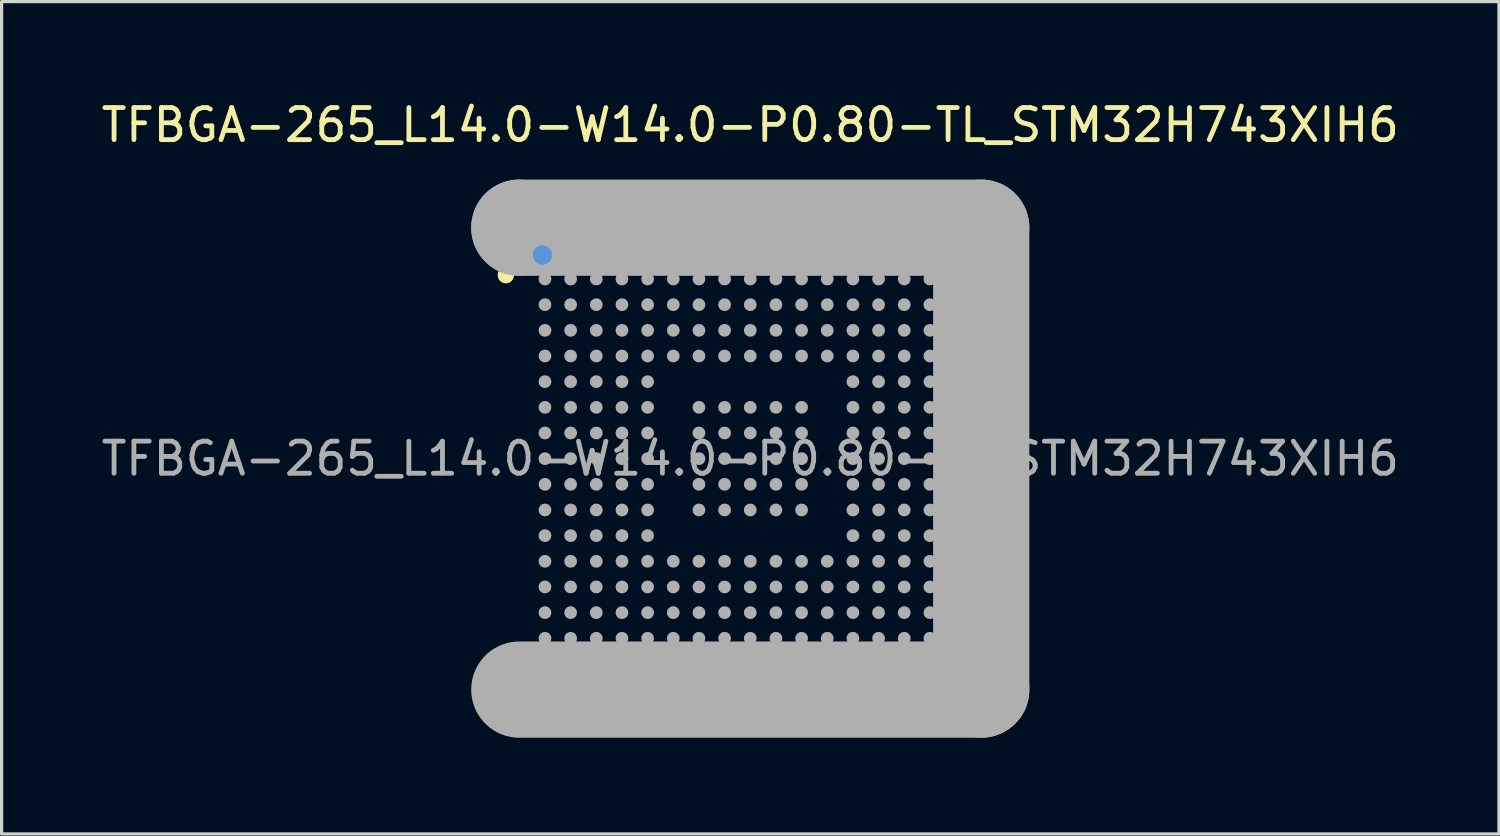
<source format=kicad_pcb>
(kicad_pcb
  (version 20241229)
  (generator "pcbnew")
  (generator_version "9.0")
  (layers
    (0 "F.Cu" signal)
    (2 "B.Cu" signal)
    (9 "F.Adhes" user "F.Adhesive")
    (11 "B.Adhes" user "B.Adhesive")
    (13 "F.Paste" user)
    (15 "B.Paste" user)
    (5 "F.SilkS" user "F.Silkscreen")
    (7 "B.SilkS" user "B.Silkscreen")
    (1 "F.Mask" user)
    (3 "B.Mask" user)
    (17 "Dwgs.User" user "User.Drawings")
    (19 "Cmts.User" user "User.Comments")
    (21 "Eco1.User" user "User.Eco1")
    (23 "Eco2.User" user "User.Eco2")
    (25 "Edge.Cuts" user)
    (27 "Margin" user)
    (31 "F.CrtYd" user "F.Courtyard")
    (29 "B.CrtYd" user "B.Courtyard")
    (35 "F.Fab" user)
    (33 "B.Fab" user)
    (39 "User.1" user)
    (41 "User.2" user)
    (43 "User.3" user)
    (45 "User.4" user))
  (footprint "TFBGA-265_L14.0-W14.0-P0.80-TL_STM32H743XIH6"
    (layer "F.Cu")
    (at 20.339 11.248)
    (property "Reference" "TFBGA-265_L14.0-W14.0-P0.80-TL_STM32H743XIH6" (at 0 -10.4 0) (layer "F.SilkS") (effects (font (size 1 1) (thickness 0.15))))
    (attr smd)
    (fp_line (start -7.62 -7.62) (end -7.62 -6.22) (stroke (width 0.25) (type solid)) (layer "F.SilkS"))
    (fp_line (start -6.47 -7.62) (end -7.62 -7.62) (stroke (width 0.25) (type solid)) (layer "F.SilkS"))
    (fp_line (start -6.47 -7.62) (end -6.22 -7.62) (stroke (width 0.25) (type solid)) (layer "F.SilkS"))
    (fp_circle (center -7.62 -5.72) (end -7.49 -5.72) (stroke (width 0.25) (type solid)) (fill no) (layer "F.SilkS"))
    (fp_circle (center -6.86 -6.86) (end -6.68 -6.86) (stroke (width 0.25) (type solid)) (fill no) (layer "F.SilkS"))
    (fp_circle (center -6.48 -6.35) (end -6.33 -6.35) (stroke (width 0.3) (type solid)) (fill no) (layer "Cmts.User"))
    (fp_line (start -7.2 -7.2) (end -7.2 -7.2) (stroke (width 3) (type solid)) (layer "F.Fab"))
    (fp_line (start -7.2 -7.2) (end 7.2 -7.2) (stroke (width 3) (type solid)) (layer "F.Fab"))
    (fp_line (start 7.2 -7.2) (end 7.2 7.2) (stroke (width 3) (type solid)) (layer "F.Fab"))
    (fp_line (start 7.2 7.2) (end -7.2 7.2) (stroke (width 3) (type solid)) (layer "F.Fab"))
    (fp_circle (center -7 -7) (end -6.97 -7) (stroke (width 0.06) (type solid)) (fill no) (layer "F.Fab"))
    (fp_circle (center -6.4 -6.4) (end -6.3 -6.4) (stroke (width 0.2) (type solid)) (fill no) (layer "F.Fab"))
    (fp_circle (center -6.4 -5.6) (end -6.3 -5.6) (stroke (width 0.2) (type solid)) (fill no) (layer "F.Fab"))
    (fp_circle (center -6.4 -4.8) (end -6.3 -4.8) (stroke (width 0.2) (type solid)) (fill no) (layer "F.Fab"))
    (fp_circle (center -6.4 -4) (end -6.3 -4) (stroke (width 0.2) (type solid)) (fill no) (layer "F.Fab"))
    (fp_circle (center -6.4 -3.2) (end -6.3 -3.2) (stroke (width 0.2) (type solid)) (fill no) (layer "F.Fab"))
    (fp_circle (center -6.4 -2.4) (end -6.3 -2.4) (stroke (width 0.2) (type solid)) (fill no) (layer "F.Fab"))
    (fp_circle (center -6.4 -1.6) (end -6.3 -1.6) (stroke (width 0.2) (type solid)) (fill no) (layer "F.Fab"))
    (fp_circle (center -6.4 -0.8) (end -6.3 -0.8) (stroke (width 0.2) (type solid)) (fill no) (layer "F.Fab"))
    (fp_circle (center -6.4 0) (end -6.3 0) (stroke (width 0.2) (type solid)) (fill no) (layer "F.Fab"))
    (fp_circle (center -6.4 0.8) (end -6.3 0.8) (stroke (width 0.2) (type solid)) (fill no) (layer "F.Fab"))
    (fp_circle (center -6.4 1.6) (end -6.3 1.6) (stroke (width 0.2) (type solid)) (fill no) (layer "F.Fab"))
    (fp_circle (center -6.4 2.4) (end -6.3 2.4) (stroke (width 0.2) (type solid)) (fill no) (layer "F.Fab"))
    (fp_circle (center -6.4 3.2) (end -6.3 3.2) (stroke (width 0.2) (type solid)) (fill no) (layer "F.Fab"))
    (fp_circle (center -6.4 4) (end -6.3 4) (stroke (width 0.2) (type solid)) (fill no) (layer "F.Fab"))
    (fp_circle (center -6.4 4.8) (end -6.3 4.8) (stroke (width 0.2) (type solid)) (fill no) (layer "F.Fab"))
    (fp_circle (center -6.4 5.6) (end -6.3 5.6) (stroke (width 0.2) (type solid)) (fill no) (layer "F.Fab"))
    (fp_circle (center -6.4 6.4) (end -6.3 6.4) (stroke (width 0.2) (type solid)) (fill no) (layer "F.Fab"))
    (fp_circle (center -5.6 -6.4) (end -5.5 -6.4) (stroke (width 0.2) (type solid)) (fill no) (layer "F.Fab"))
    (fp_circle (center -5.6 -5.6) (end -5.5 -5.6) (stroke (width 0.2) (type solid)) (fill no) (layer "F.Fab"))
    (fp_circle (center -5.6 -4.8) (end -5.5 -4.8) (stroke (width 0.2) (type solid)) (fill no) (layer "F.Fab"))
    (fp_circle (center -5.6 -4) (end -5.5 -4) (stroke (width 0.2) (type solid)) (fill no) (layer "F.Fab"))
    (fp_circle (center -5.6 -3.2) (end -5.5 -3.2) (stroke (width 0.2) (type solid)) (fill no) (layer "F.Fab"))
    (fp_circle (center -5.6 -2.4) (end -5.5 -2.4) (stroke (width 0.2) (type solid)) (fill no) (layer "F.Fab"))
    (fp_circle (center -5.6 -1.6) (end -5.5 -1.6) (stroke (width 0.2) (type solid)) (fill no) (layer "F.Fab"))
    (fp_circle (center -5.6 -0.8) (end -5.5 -0.8) (stroke (width 0.2) (type solid)) (fill no) (layer "F.Fab"))
    (fp_circle (center -5.6 0) (end -5.5 0) (stroke (width 0.2) (type solid)) (fill no) (layer "F.Fab"))
    (fp_circle (center -5.6 0.8) (end -5.5 0.8) (stroke (width 0.2) (type solid)) (fill no) (layer "F.Fab"))
    (fp_circle (center -5.6 1.6) (end -5.5 1.6) (stroke (width 0.2) (type solid)) (fill no) (layer "F.Fab"))
    (fp_circle (center -5.6 2.4) (end -5.5 2.4) (stroke (width 0.2) (type solid)) (fill no) (layer "F.Fab"))
    (fp_circle (center -5.6 3.2) (end -5.5 3.2) (stroke (width 0.2) (type solid)) (fill no) (layer "F.Fab"))
    (fp_circle (center -5.6 4) (end -5.5 4) (stroke (width 0.2) (type solid)) (fill no) (layer "F.Fab"))
    (fp_circle (center -5.6 4.8) (end -5.5 4.8) (stroke (width 0.2) (type solid)) (fill no) (layer "F.Fab"))
    (fp_circle (center -5.6 5.6) (end -5.5 5.6) (stroke (width 0.2) (type solid)) (fill no) (layer "F.Fab"))
    (fp_circle (center -5.6 6.4) (end -5.5 6.4) (stroke (width 0.2) (type solid)) (fill no) (layer "F.Fab"))
    (fp_circle (center -4.8 -6.4) (end -4.7 -6.4) (stroke (width 0.2) (type solid)) (fill no) (layer "F.Fab"))
    (fp_circle (center -4.8 -5.6) (end -4.7 -5.6) (stroke (width 0.2) (type solid)) (fill no) (layer "F.Fab"))
    (fp_circle (center -4.8 -4.8) (end -4.7 -4.8) (stroke (width 0.2) (type solid)) (fill no) (layer "F.Fab"))
    (fp_circle (center -4.8 -4) (end -4.7 -4) (stroke (width 0.2) (type solid)) (fill no) (layer "F.Fab"))
    (fp_circle (center -4.8 -3.2) (end -4.7 -3.2) (stroke (width 0.2) (type solid)) (fill no) (layer "F.Fab"))
    (fp_circle (center -4.8 -2.4) (end -4.7 -2.4) (stroke (width 0.2) (type solid)) (fill no) (layer "F.Fab"))
    (fp_circle (center -4.8 -1.6) (end -4.7 -1.6) (stroke (width 0.2) (type solid)) (fill no) (layer "F.Fab"))
    (fp_circle (center -4.8 -0.8) (end -4.7 -0.8) (stroke (width 0.2) (type solid)) (fill no) (layer "F.Fab"))
    (fp_circle (center -4.8 0) (end -4.7 0) (stroke (width 0.2) (type solid)) (fill no) (layer "F.Fab"))
    (fp_circle (center -4.8 0.8) (end -4.7 0.8) (stroke (width 0.2) (type solid)) (fill no) (layer "F.Fab"))
    (fp_circle (center -4.8 1.6) (end -4.7 1.6) (stroke (width 0.2) (type solid)) (fill no) (layer "F.Fab"))
    (fp_circle (center -4.8 2.4) (end -4.7 2.4) (stroke (width 0.2) (type solid)) (fill no) (layer "F.Fab"))
    (fp_circle (center -4.8 3.2) (end -4.7 3.2) (stroke (width 0.2) (type solid)) (fill no) (layer "F.Fab"))
    (fp_circle (center -4.8 4) (end -4.7 4) (stroke (width 0.2) (type solid)) (fill no) (layer "F.Fab"))
    (fp_circle (center -4.8 4.8) (end -4.7 4.8) (stroke (width 0.2) (type solid)) (fill no) (layer "F.Fab"))
    (fp_circle (center -4.8 5.6) (end -4.7 5.6) (stroke (width 0.2) (type solid)) (fill no) (layer "F.Fab"))
    (fp_circle (center -4.8 6.4) (end -4.7 6.4) (stroke (width 0.2) (type solid)) (fill no) (layer "F.Fab"))
    (fp_circle (center -4 -6.4) (end -3.9 -6.4) (stroke (width 0.2) (type solid)) (fill no) (layer "F.Fab"))
    (fp_circle (center -4 -5.6) (end -3.9 -5.6) (stroke (width 0.2) (type solid)) (fill no) (layer "F.Fab"))
    (fp_circle (center -4 -4.8) (end -3.9 -4.8) (stroke (width 0.2) (type solid)) (fill no) (layer "F.Fab"))
    (fp_circle (center -4 -4) (end -3.9 -4) (stroke (width 0.2) (type solid)) (fill no) (layer "F.Fab"))
    (fp_circle (center -4 -3.2) (end -3.9 -3.2) (stroke (width 0.2) (type solid)) (fill no) (layer "F.Fab"))
    (fp_circle (center -4 -2.4) (end -3.9 -2.4) (stroke (width 0.2) (type solid)) (fill no) (layer "F.Fab"))
    (fp_circle (center -4 -1.6) (end -3.9 -1.6) (stroke (width 0.2) (type solid)) (fill no) (layer "F.Fab"))
    (fp_circle (center -4 -0.8) (end -3.9 -0.8) (stroke (width 0.2) (type solid)) (fill no) (layer "F.Fab"))
    (fp_circle (center -4 0) (end -3.9 0) (stroke (width 0.2) (type solid)) (fill no) (layer "F.Fab"))
    (fp_circle (center -4 0.8) (end -3.9 0.8) (stroke (width 0.2) (type solid)) (fill no) (layer "F.Fab"))
    (fp_circle (center -4 1.6) (end -3.9 1.6) (stroke (width 0.2) (type solid)) (fill no) (layer "F.Fab"))
    (fp_circle (center -4 2.4) (end -3.9 2.4) (stroke (width 0.2) (type solid)) (fill no) (layer "F.Fab"))
    (fp_circle (center -4 3.2) (end -3.9 3.2) (stroke (width 0.2) (type solid)) (fill no) (layer "F.Fab"))
    (fp_circle (center -4 4) (end -3.9 4) (stroke (width 0.2) (type solid)) (fill no) (layer "F.Fab"))
    (fp_circle (center -4 4.8) (end -3.9 4.8) (stroke (width 0.2) (type solid)) (fill no) (layer "F.Fab"))
    (fp_circle (center -4 5.6) (end -3.9 5.6) (stroke (width 0.2) (type solid)) (fill no) (layer "F.Fab"))
    (fp_circle (center -4 6.4) (end -3.9 6.4) (stroke (width 0.2) (type solid)) (fill no) (layer "F.Fab"))
    (fp_circle (center -3.2 -6.4) (end -3.1 -6.4) (stroke (width 0.2) (type solid)) (fill no) (layer "F.Fab"))
    (fp_circle (center -3.2 -5.6) (end -3.1 -5.6) (stroke (width 0.2) (type solid)) (fill no) (layer "F.Fab"))
    (fp_circle (center -3.2 -4.8) (end -3.1 -4.8) (stroke (width 0.2) (type solid)) (fill no) (layer "F.Fab"))
    (fp_circle (center -3.2 -4) (end -3.1 -4) (stroke (width 0.2) (type solid)) (fill no) (layer "F.Fab"))
    (fp_circle (center -3.2 -3.2) (end -3.1 -3.2) (stroke (width 0.2) (type solid)) (fill no) (layer "F.Fab"))
    (fp_circle (center -3.2 -2.4) (end -3.1 -2.4) (stroke (width 0.2) (type solid)) (fill no) (layer "F.Fab"))
    (fp_circle (center -3.2 -1.6) (end -3.1 -1.6) (stroke (width 0.2) (type solid)) (fill no) (layer "F.Fab"))
    (fp_circle (center -3.2 -0.8) (end -3.1 -0.8) (stroke (width 0.2) (type solid)) (fill no) (layer "F.Fab"))
    (fp_circle (center -3.2 0) (end -3.1 0) (stroke (width 0.2) (type solid)) (fill no) (layer "F.Fab"))
    (fp_circle (center -3.2 0.8) (end -3.1 0.8) (stroke (width 0.2) (type solid)) (fill no) (layer "F.Fab"))
    (fp_circle (center -3.2 1.6) (end -3.1 1.6) (stroke (width 0.2) (type solid)) (fill no) (layer "F.Fab"))
    (fp_circle (center -3.2 2.4) (end -3.1 2.4) (stroke (width 0.2) (type solid)) (fill no) (layer "F.Fab"))
    (fp_circle (center -3.2 3.2) (end -3.1 3.2) (stroke (width 0.2) (type solid)) (fill no) (layer "F.Fab"))
    (fp_circle (center -3.2 4) (end -3.1 4) (stroke (width 0.2) (type solid)) (fill no) (layer "F.Fab"))
    (fp_circle (center -3.2 4.8) (end -3.1 4.8) (stroke (width 0.2) (type solid)) (fill no) (layer "F.Fab"))
    (fp_circle (center -3.2 5.6) (end -3.1 5.6) (stroke (width 0.2) (type solid)) (fill no) (layer "F.Fab"))
    (fp_circle (center -3.2 6.4) (end -3.1 6.4) (stroke (width 0.2) (type solid)) (fill no) (layer "F.Fab"))
    (fp_circle (center -2.4 -6.4) (end -2.3 -6.4) (stroke (width 0.2) (type solid)) (fill no) (layer "F.Fab"))
    (fp_circle (center -2.4 -5.6) (end -2.3 -5.6) (stroke (width 0.2) (type solid)) (fill no) (layer "F.Fab"))
    (fp_circle (center -2.4 -4.8) (end -2.3 -4.8) (stroke (width 0.2) (type solid)) (fill no) (layer "F.Fab"))
    (fp_circle (center -2.4 -4) (end -2.3 -4) (stroke (width 0.2) (type solid)) (fill no) (layer "F.Fab"))
    (fp_circle (center -2.4 -3.2) (end -2.3 -3.2) (stroke (width 0.2) (type solid)) (fill no) (layer "F.Fab"))
    (fp_circle (center -2.4 3.2) (end -2.3 3.2) (stroke (width 0.2) (type solid)) (fill no) (layer "F.Fab"))
    (fp_circle (center -2.4 4) (end -2.3 4) (stroke (width 0.2) (type solid)) (fill no) (layer "F.Fab"))
    (fp_circle (center -2.4 4.8) (end -2.3 4.8) (stroke (width 0.2) (type solid)) (fill no) (layer "F.Fab"))
    (fp_circle (center -2.4 5.6) (end -2.3 5.6) (stroke (width 0.2) (type solid)) (fill no) (layer "F.Fab"))
    (fp_circle (center -2.4 6.4) (end -2.3 6.4) (stroke (width 0.2) (type solid)) (fill no) (layer "F.Fab"))
    (fp_circle (center -1.6 -6.4) (end -1.5 -6.4) (stroke (width 0.2) (type solid)) (fill no) (layer "F.Fab"))
    (fp_circle (center -1.6 -5.6) (end -1.5 -5.6) (stroke (width 0.2) (type solid)) (fill no) (layer "F.Fab"))
    (fp_circle (center -1.6 -4.8) (end -1.5 -4.8) (stroke (width 0.2) (type solid)) (fill no) (layer "F.Fab"))
    (fp_circle (center -1.6 -4) (end -1.5 -4) (stroke (width 0.2) (type solid)) (fill no) (layer "F.Fab"))
    (fp_circle (center -1.6 -3.2) (end -1.5 -3.2) (stroke (width 0.2) (type solid)) (fill no) (layer "F.Fab"))
    (fp_circle (center -1.6 -1.6) (end -1.5 -1.6) (stroke (width 0.2) (type solid)) (fill no) (layer "F.Fab"))
    (fp_circle (center -1.6 -0.8) (end -1.5 -0.8) (stroke (width 0.2) (type solid)) (fill no) (layer "F.Fab"))
    (fp_circle (center -1.6 0) (end -1.5 0) (stroke (width 0.2) (type solid)) (fill no) (layer "F.Fab"))
    (fp_circle (center -1.6 0.8) (end -1.5 0.8) (stroke (width 0.2) (type solid)) (fill no) (layer "F.Fab"))
    (fp_circle (center -1.6 1.6) (end -1.5 1.6) (stroke (width 0.2) (type solid)) (fill no) (layer "F.Fab"))
    (fp_circle (center -1.6 3.2) (end -1.5 3.2) (stroke (width 0.2) (type solid)) (fill no) (layer "F.Fab"))
    (fp_circle (center -1.6 4) (end -1.5 4) (stroke (width 0.2) (type solid)) (fill no) (layer "F.Fab"))
    (fp_circle (center -1.6 4.8) (end -1.5 4.8) (stroke (width 0.2) (type solid)) (fill no) (layer "F.Fab"))
    (fp_circle (center -1.6 5.6) (end -1.5 5.6) (stroke (width 0.2) (type solid)) (fill no) (layer "F.Fab"))
    (fp_circle (center -1.6 6.4) (end -1.5 6.4) (stroke (width 0.2) (type solid)) (fill no) (layer "F.Fab"))
    (fp_circle (center -0.8 -6.4) (end -0.7 -6.4) (stroke (width 0.2) (type solid)) (fill no) (layer "F.Fab"))
    (fp_circle (center -0.8 -5.6) (end -0.7 -5.6) (stroke (width 0.2) (type solid)) (fill no) (layer "F.Fab"))
    (fp_circle (center -0.8 -4.8) (end -0.7 -4.8) (stroke (width 0.2) (type solid)) (fill no) (layer "F.Fab"))
    (fp_circle (center -0.8 -4) (end -0.7 -4) (stroke (width 0.2) (type solid)) (fill no) (layer "F.Fab"))
    (fp_circle (center -0.8 -3.2) (end -0.7 -3.2) (stroke (width 0.2) (type solid)) (fill no) (layer "F.Fab"))
    (fp_circle (center -0.8 -1.6) (end -0.7 -1.6) (stroke (width 0.2) (type solid)) (fill no) (layer "F.Fab"))
    (fp_circle (center -0.8 -0.8) (end -0.7 -0.8) (stroke (width 0.2) (type solid)) (fill no) (layer "F.Fab"))
    (fp_circle (center -0.8 0) (end -0.7 0) (stroke (width 0.2) (type solid)) (fill no) (layer "F.Fab"))
    (fp_circle (center -0.8 0.8) (end -0.7 0.8) (stroke (width 0.2) (type solid)) (fill no) (layer "F.Fab"))
    (fp_circle (center -0.8 1.6) (end -0.7 1.6) (stroke (width 0.2) (type solid)) (fill no) (layer "F.Fab"))
    (fp_circle (center -0.8 3.2) (end -0.7 3.2) (stroke (width 0.2) (type solid)) (fill no) (layer "F.Fab"))
    (fp_circle (center -0.8 4) (end -0.7 4) (stroke (width 0.2) (type solid)) (fill no) (layer "F.Fab"))
    (fp_circle (center -0.8 4.8) (end -0.7 4.8) (stroke (width 0.2) (type solid)) (fill no) (layer "F.Fab"))
    (fp_circle (center -0.8 5.6) (end -0.7 5.6) (stroke (width 0.2) (type solid)) (fill no) (layer "F.Fab"))
    (fp_circle (center -0.8 6.4) (end -0.7 6.4) (stroke (width 0.2) (type solid)) (fill no) (layer "F.Fab"))
    (fp_circle (center 0 -6.4) (end 0.1 -6.4) (stroke (width 0.2) (type solid)) (fill no) (layer "F.Fab"))
    (fp_circle (center 0 -5.6) (end 0.1 -5.6) (stroke (width 0.2) (type solid)) (fill no) (layer "F.Fab"))
    (fp_circle (center 0 -4.8) (end 0.1 -4.8) (stroke (width 0.2) (type solid)) (fill no) (layer "F.Fab"))
    (fp_circle (center 0 -4) (end 0.1 -4) (stroke (width 0.2) (type solid)) (fill no) (layer "F.Fab"))
    (fp_circle (center 0 -3.2) (end 0.1 -3.2) (stroke (width 0.2) (type solid)) (fill no) (layer "F.Fab"))
    (fp_circle (center 0 -1.6) (end 0.1 -1.6) (stroke (width 0.2) (type solid)) (fill no) (layer "F.Fab"))
    (fp_circle (center 0 -0.8) (end 0.1 -0.8) (stroke (width 0.2) (type solid)) (fill no) (layer "F.Fab"))
    (fp_circle (center 0 0) (end 0.1 0) (stroke (width 0.2) (type solid)) (fill no) (layer "F.Fab"))
    (fp_circle (center 0 0.8) (end 0.1 0.8) (stroke (width 0.2) (type solid)) (fill no) (layer "F.Fab"))
    (fp_circle (center 0 1.6) (end 0.1 1.6) (stroke (width 0.2) (type solid)) (fill no) (layer "F.Fab"))
    (fp_circle (center 0 3.2) (end 0.1 3.2) (stroke (width 0.2) (type solid)) (fill no) (layer "F.Fab"))
    (fp_circle (center 0 4) (end 0.1 4) (stroke (width 0.2) (type solid)) (fill no) (layer "F.Fab"))
    (fp_circle (center 0 4.8) (end 0.1 4.8) (stroke (width 0.2) (type solid)) (fill no) (layer "F.Fab"))
    (fp_circle (center 0 5.6) (end 0.1 5.6) (stroke (width 0.2) (type solid)) (fill no) (layer "F.Fab"))
    (fp_circle (center 0 6.4) (end 0.1 6.4) (stroke (width 0.2) (type solid)) (fill no) (layer "F.Fab"))
    (fp_circle (center 0.8 -6.4) (end 0.9 -6.4) (stroke (width 0.2) (type solid)) (fill no) (layer "F.Fab"))
    (fp_circle (center 0.8 -5.6) (end 0.9 -5.6) (stroke (width 0.2) (type solid)) (fill no) (layer "F.Fab"))
    (fp_circle (center 0.8 -4.8) (end 0.9 -4.8) (stroke (width 0.2) (type solid)) (fill no) (layer "F.Fab"))
    (fp_circle (center 0.8 -4) (end 0.9 -4) (stroke (width 0.2) (type solid)) (fill no) (layer "F.Fab"))
    (fp_circle (center 0.8 -3.2) (end 0.9 -3.2) (stroke (width 0.2) (type solid)) (fill no) (layer "F.Fab"))
    (fp_circle (center 0.8 -1.6) (end 0.9 -1.6) (stroke (width 0.2) (type solid)) (fill no) (layer "F.Fab"))
    (fp_circle (center 0.8 -0.8) (end 0.9 -0.8) (stroke (width 0.2) (type solid)) (fill no) (layer "F.Fab"))
    (fp_circle (center 0.8 0) (end 0.9 0) (stroke (width 0.2) (type solid)) (fill no) (layer "F.Fab"))
    (fp_circle (center 0.8 0.8) (end 0.9 0.8) (stroke (width 0.2) (type solid)) (fill no) (layer "F.Fab"))
    (fp_circle (center 0.8 1.6) (end 0.9 1.6) (stroke (width 0.2) (type solid)) (fill no) (layer "F.Fab"))
    (fp_circle (center 0.8 3.2) (end 0.9 3.2) (stroke (width 0.2) (type solid)) (fill no) (layer "F.Fab"))
    (fp_circle (center 0.8 4) (end 0.9 4) (stroke (width 0.2) (type solid)) (fill no) (layer "F.Fab"))
    (fp_circle (center 0.8 4.8) (end 0.9 4.8) (stroke (width 0.2) (type solid)) (fill no) (layer "F.Fab"))
    (fp_circle (center 0.8 5.6) (end 0.9 5.6) (stroke (width 0.2) (type solid)) (fill no) (layer "F.Fab"))
    (fp_circle (center 0.8 6.4) (end 0.9 6.4) (stroke (width 0.2) (type solid)) (fill no) (layer "F.Fab"))
    (fp_circle (center 1.6 -6.4) (end 1.7 -6.4) (stroke (width 0.2) (type solid)) (fill no) (layer "F.Fab"))
    (fp_circle (center 1.6 -5.6) (end 1.7 -5.6) (stroke (width 0.2) (type solid)) (fill no) (layer "F.Fab"))
    (fp_circle (center 1.6 -4.8) (end 1.7 -4.8) (stroke (width 0.2) (type solid)) (fill no) (layer "F.Fab"))
    (fp_circle (center 1.6 -4) (end 1.7 -4) (stroke (width 0.2) (type solid)) (fill no) (layer "F.Fab"))
    (fp_circle (center 1.6 -3.2) (end 1.7 -3.2) (stroke (width 0.2) (type solid)) (fill no) (layer "F.Fab"))
    (fp_circle (center 1.6 -1.6) (end 1.7 -1.6) (stroke (width 0.2) (type solid)) (fill no) (layer "F.Fab"))
    (fp_circle (center 1.6 -0.8) (end 1.7 -0.8) (stroke (width 0.2) (type solid)) (fill no) (layer "F.Fab"))
    (fp_circle (center 1.6 0) (end 1.7 0) (stroke (width 0.2) (type solid)) (fill no) (layer "F.Fab"))
    (fp_circle (center 1.6 0.8) (end 1.7 0.8) (stroke (width 0.2) (type solid)) (fill no) (layer "F.Fab"))
    (fp_circle (center 1.6 1.6) (end 1.7 1.6) (stroke (width 0.2) (type solid)) (fill no) (layer "F.Fab"))
    (fp_circle (center 1.6 3.2) (end 1.7 3.2) (stroke (width 0.2) (type solid)) (fill no) (layer "F.Fab"))
    (fp_circle (center 1.6 4) (end 1.7 4) (stroke (width 0.2) (type solid)) (fill no) (layer "F.Fab"))
    (fp_circle (center 1.6 4.8) (end 1.7 4.8) (stroke (width 0.2) (type solid)) (fill no) (layer "F.Fab"))
    (fp_circle (center 1.6 5.6) (end 1.7 5.6) (stroke (width 0.2) (type solid)) (fill no) (layer "F.Fab"))
    (fp_circle (center 1.6 6.4) (end 1.7 6.4) (stroke (width 0.2) (type solid)) (fill no) (layer "F.Fab"))
    (fp_circle (center 2.4 -6.4) (end 2.5 -6.4) (stroke (width 0.2) (type solid)) (fill no) (layer "F.Fab"))
    (fp_circle (center 2.4 -5.6) (end 2.5 -5.6) (stroke (width 0.2) (type solid)) (fill no) (layer "F.Fab"))
    (fp_circle (center 2.4 -4.8) (end 2.5 -4.8) (stroke (width 0.2) (type solid)) (fill no) (layer "F.Fab"))
    (fp_circle (center 2.4 -4) (end 2.5 -4) (stroke (width 0.2) (type solid)) (fill no) (layer "F.Fab"))
    (fp_circle (center 2.4 -3.2) (end 2.5 -3.2) (stroke (width 0.2) (type solid)) (fill no) (layer "F.Fab"))
    (fp_circle (center 2.4 3.2) (end 2.5 3.2) (stroke (width 0.2) (type solid)) (fill no) (layer "F.Fab"))
    (fp_circle (center 2.4 4) (end 2.5 4) (stroke (width 0.2) (type solid)) (fill no) (layer "F.Fab"))
    (fp_circle (center 2.4 4.8) (end 2.5 4.8) (stroke (width 0.2) (type solid)) (fill no) (layer "F.Fab"))
    (fp_circle (center 2.4 5.6) (end 2.5 5.6) (stroke (width 0.2) (type solid)) (fill no) (layer "F.Fab"))
    (fp_circle (center 2.4 6.4) (end 2.5 6.4) (stroke (width 0.2) (type solid)) (fill no) (layer "F.Fab"))
    (fp_circle (center 3.2 -6.4) (end 3.3 -6.4) (stroke (width 0.2) (type solid)) (fill no) (layer "F.Fab"))
    (fp_circle (center 3.2 -5.6) (end 3.3 -5.6) (stroke (width 0.2) (type solid)) (fill no) (layer "F.Fab"))
    (fp_circle (center 3.2 -4.8) (end 3.3 -4.8) (stroke (width 0.2) (type solid)) (fill no) (layer "F.Fab"))
    (fp_circle (center 3.2 -4) (end 3.3 -4) (stroke (width 0.2) (type solid)) (fill no) (layer "F.Fab"))
    (fp_circle (center 3.2 -3.2) (end 3.3 -3.2) (stroke (width 0.2) (type solid)) (fill no) (layer "F.Fab"))
    (fp_circle (center 3.2 -2.4) (end 3.3 -2.4) (stroke (width 0.2) (type solid)) (fill no) (layer "F.Fab"))
    (fp_circle (center 3.2 -1.6) (end 3.3 -1.6) (stroke (width 0.2) (type solid)) (fill no) (layer "F.Fab"))
    (fp_circle (center 3.2 -0.8) (end 3.3 -0.8) (stroke (width 0.2) (type solid)) (fill no) (layer "F.Fab"))
    (fp_circle (center 3.2 0) (end 3.3 0) (stroke (width 0.2) (type solid)) (fill no) (layer "F.Fab"))
    (fp_circle (center 3.2 0.8) (end 3.3 0.8) (stroke (width 0.2) (type solid)) (fill no) (layer "F.Fab"))
    (fp_circle (center 3.2 1.6) (end 3.3 1.6) (stroke (width 0.2) (type solid)) (fill no) (layer "F.Fab"))
    (fp_circle (center 3.2 2.4) (end 3.3 2.4) (stroke (width 0.2) (type solid)) (fill no) (layer "F.Fab"))
    (fp_circle (center 3.2 3.2) (end 3.3 3.2) (stroke (width 0.2) (type solid)) (fill no) (layer "F.Fab"))
    (fp_circle (center 3.2 4) (end 3.3 4) (stroke (width 0.2) (type solid)) (fill no) (layer "F.Fab"))
    (fp_circle (center 3.2 4.8) (end 3.3 4.8) (stroke (width 0.2) (type solid)) (fill no) (layer "F.Fab"))
    (fp_circle (center 3.2 5.6) (end 3.3 5.6) (stroke (width 0.2) (type solid)) (fill no) (layer "F.Fab"))
    (fp_circle (center 3.2 6.4) (end 3.3 6.4) (stroke (width 0.2) (type solid)) (fill no) (layer "F.Fab"))
    (fp_circle (center 4 -6.4) (end 4.1 -6.4) (stroke (width 0.2) (type solid)) (fill no) (layer "F.Fab"))
    (fp_circle (center 4 -5.6) (end 4.1 -5.6) (stroke (width 0.2) (type solid)) (fill no) (layer "F.Fab"))
    (fp_circle (center 4 -4.8) (end 4.1 -4.8) (stroke (width 0.2) (type solid)) (fill no) (layer "F.Fab"))
    (fp_circle (center 4 -4) (end 4.1 -4) (stroke (width 0.2) (type solid)) (fill no) (layer "F.Fab"))
    (fp_circle (center 4 -3.2) (end 4.1 -3.2) (stroke (width 0.2) (type solid)) (fill no) (layer "F.Fab"))
    (fp_circle (center 4 -2.4) (end 4.1 -2.4) (stroke (width 0.2) (type solid)) (fill no) (layer "F.Fab"))
    (fp_circle (center 4 -1.6) (end 4.1 -1.6) (stroke (width 0.2) (type solid)) (fill no) (layer "F.Fab"))
    (fp_circle (center 4 -0.8) (end 4.1 -0.8) (stroke (width 0.2) (type solid)) (fill no) (layer "F.Fab"))
    (fp_circle (center 4 0) (end 4.1 0) (stroke (width 0.2) (type solid)) (fill no) (layer "F.Fab"))
    (fp_circle (center 4 0.8) (end 4.1 0.8) (stroke (width 0.2) (type solid)) (fill no) (layer "F.Fab"))
    (fp_circle (center 4 1.6) (end 4.1 1.6) (stroke (width 0.2) (type solid)) (fill no) (layer "F.Fab"))
    (fp_circle (center 4 2.4) (end 4.1 2.4) (stroke (width 0.2) (type solid)) (fill no) (layer "F.Fab"))
    (fp_circle (center 4 3.2) (end 4.1 3.2) (stroke (width 0.2) (type solid)) (fill no) (layer "F.Fab"))
    (fp_circle (center 4 4) (end 4.1 4) (stroke (width 0.2) (type solid)) (fill no) (layer "F.Fab"))
    (fp_circle (center 4 4.8) (end 4.1 4.8) (stroke (width 0.2) (type solid)) (fill no) (layer "F.Fab"))
    (fp_circle (center 4 5.6) (end 4.1 5.6) (stroke (width 0.2) (type solid)) (fill no) (layer "F.Fab"))
    (fp_circle (center 4 6.4) (end 4.1 6.4) (stroke (width 0.2) (type solid)) (fill no) (layer "F.Fab"))
    (fp_circle (center 4.8 -6.4) (end 4.9 -6.4) (stroke (width 0.2) (type solid)) (fill no) (layer "F.Fab"))
    (fp_circle (center 4.8 -5.6) (end 4.9 -5.6) (stroke (width 0.2) (type solid)) (fill no) (layer "F.Fab"))
    (fp_circle (center 4.8 -4.8) (end 4.9 -4.8) (stroke (width 0.2) (type solid)) (fill no) (layer "F.Fab"))
    (fp_circle (center 4.8 -4) (end 4.9 -4) (stroke (width 0.2) (type solid)) (fill no) (layer "F.Fab"))
    (fp_circle (center 4.8 -3.2) (end 4.9 -3.2) (stroke (width 0.2) (type solid)) (fill no) (layer "F.Fab"))
    (fp_circle (center 4.8 -2.4) (end 4.9 -2.4) (stroke (width 0.2) (type solid)) (fill no) (layer "F.Fab"))
    (fp_circle (center 4.8 -1.6) (end 4.9 -1.6) (stroke (width 0.2) (type solid)) (fill no) (layer "F.Fab"))
    (fp_circle (center 4.8 -0.8) (end 4.9 -0.8) (stroke (width 0.2) (type solid)) (fill no) (layer "F.Fab"))
    (fp_circle (center 4.8 0) (end 4.9 0) (stroke (width 0.2) (type solid)) (fill no) (layer "F.Fab"))
    (fp_circle (center 4.8 0.8) (end 4.9 0.8) (stroke (width 0.2) (type solid)) (fill no) (layer "F.Fab"))
    (fp_circle (center 4.8 1.6) (end 4.9 1.6) (stroke (width 0.2) (type solid)) (fill no) (layer "F.Fab"))
    (fp_circle (center 4.8 2.4) (end 4.9 2.4) (stroke (width 0.2) (type solid)) (fill no) (layer "F.Fab"))
    (fp_circle (center 4.8 3.2) (end 4.9 3.2) (stroke (width 0.2) (type solid)) (fill no) (layer "F.Fab"))
    (fp_circle (center 4.8 4) (end 4.9 4) (stroke (width 0.2) (type solid)) (fill no) (layer "F.Fab"))
    (fp_circle (center 4.8 4.8) (end 4.9 4.8) (stroke (width 0.2) (type solid)) (fill no) (layer "F.Fab"))
    (fp_circle (center 4.8 5.6) (end 4.9 5.6) (stroke (width 0.2) (type solid)) (fill no) (layer "F.Fab"))
    (fp_circle (center 4.8 6.4) (end 4.9 6.4) (stroke (width 0.2) (type solid)) (fill no) (layer "F.Fab"))
    (fp_circle (center 5.6 -6.4) (end 5.7 -6.4) (stroke (width 0.2) (type solid)) (fill no) (layer "F.Fab"))
    (fp_circle (center 5.6 -5.6) (end 5.7 -5.6) (stroke (width 0.2) (type solid)) (fill no) (layer "F.Fab"))
    (fp_circle (center 5.6 -4.8) (end 5.7 -4.8) (stroke (width 0.2) (type solid)) (fill no) (layer "F.Fab"))
    (fp_circle (center 5.6 -4) (end 5.7 -4) (stroke (width 0.2) (type solid)) (fill no) (layer "F.Fab"))
    (fp_circle (center 5.6 -3.2) (end 5.7 -3.2) (stroke (width 0.2) (type solid)) (fill no) (layer "F.Fab"))
    (fp_circle (center 5.6 -2.4) (end 5.7 -2.4) (stroke (width 0.2) (type solid)) (fill no) (layer "F.Fab"))
    (fp_circle (center 5.6 -1.6) (end 5.7 -1.6) (stroke (width 0.2) (type solid)) (fill no) (layer "F.Fab"))
    (fp_circle (center 5.6 -0.8) (end 5.7 -0.8) (stroke (width 0.2) (type solid)) (fill no) (layer "F.Fab"))
    (fp_circle (center 5.6 0) (end 5.7 0) (stroke (width 0.2) (type solid)) (fill no) (layer "F.Fab"))
    (fp_circle (center 5.6 0.8) (end 5.7 0.8) (stroke (width 0.2) (type solid)) (fill no) (layer "F.Fab"))
    (fp_circle (center 5.6 1.6) (end 5.7 1.6) (stroke (width 0.2) (type solid)) (fill no) (layer "F.Fab"))
    (fp_circle (center 5.6 2.4) (end 5.7 2.4) (stroke (width 0.2) (type solid)) (fill no) (layer "F.Fab"))
    (fp_circle (center 5.6 3.2) (end 5.7 3.2) (stroke (width 0.2) (type solid)) (fill no) (layer "F.Fab"))
    (fp_circle (center 5.6 4) (end 5.7 4) (stroke (width 0.2) (type solid)) (fill no) (layer "F.Fab"))
    (fp_circle (center 5.6 4.8) (end 5.7 4.8) (stroke (width 0.2) (type solid)) (fill no) (layer "F.Fab"))
    (fp_circle (center 5.6 5.6) (end 5.7 5.6) (stroke (width 0.2) (type solid)) (fill no) (layer "F.Fab"))
    (fp_circle (center 5.6 6.4) (end 5.7 6.4) (stroke (width 0.2) (type solid)) (fill no) (layer "F.Fab"))
    (fp_circle (center 6.4 -6.4) (end 6.5 -6.4) (stroke (width 0.2) (type solid)) (fill no) (layer "F.Fab"))
    (fp_circle (center 6.4 -5.6) (end 6.5 -5.6) (stroke (width 0.2) (type solid)) (fill no) (layer "F.Fab"))
    (fp_circle (center 6.4 -4.8) (end 6.5 -4.8) (stroke (width 0.2) (type solid)) (fill no) (layer "F.Fab"))
    (fp_circle (center 6.4 -4) (end 6.5 -4) (stroke (width 0.2) (type solid)) (fill no) (layer "F.Fab"))
    (fp_circle (center 6.4 -3.2) (end 6.5 -3.2) (stroke (width 0.2) (type solid)) (fill no) (layer "F.Fab"))
    (fp_circle (center 6.4 -2.4) (end 6.5 -2.4) (stroke (width 0.2) (type solid)) (fill no) (layer "F.Fab"))
    (fp_circle (center 6.4 -1.6) (end 6.5 -1.6) (stroke (width 0.2) (type solid)) (fill no) (layer "F.Fab"))
    (fp_circle (center 6.4 -0.8) (end 6.5 -0.8) (stroke (width 0.2) (type solid)) (fill no) (layer "F.Fab"))
    (fp_circle (center 6.4 0) (end 6.5 0) (stroke (width 0.2) (type solid)) (fill no) (layer "F.Fab"))
    (fp_circle (center 6.4 0.8) (end 6.5 0.8) (stroke (width 0.2) (type solid)) (fill no) (layer "F.Fab"))
    (fp_circle (center 6.4 1.6) (end 6.5 1.6) (stroke (width 0.2) (type solid)) (fill no) (layer "F.Fab"))
    (fp_circle (center 6.4 2.4) (end 6.5 2.4) (stroke (width 0.2) (type solid)) (fill no) (layer "F.Fab"))
    (fp_circle (center 6.4 3.2) (end 6.5 3.2) (stroke (width 0.2) (type solid)) (fill no) (layer "F.Fab"))
    (fp_circle (center 6.4 4) (end 6.5 4) (stroke (width 0.2) (type solid)) (fill no) (layer "F.Fab"))
    (fp_circle (center 6.4 4.8) (end 6.5 4.8) (stroke (width 0.2) (type solid)) (fill no) (layer "F.Fab"))
    (fp_circle (center 6.4 5.6) (end 6.5 5.6) (stroke (width 0.2) (type solid)) (fill no) (layer "F.Fab"))
    (fp_circle (center 6.4 6.4) (end 6.5 6.4) (stroke (width 0.2) (type solid)) (fill no) (layer "F.Fab"))
    (fp_text user "${REFERENCE}" (at 0 0 0) (layer "F.Fab") (effects (font (size 1 1) (thickness 0.15))))
    (pad "A1" smd circle (at -6.4 -6.4) (size 0.32 0.32) (layers "F.Cu" "F.Mask" "F.Paste"))
    (pad "A2" smd circle (at -5.6 -6.4) (size 0.32 0.32) (layers "F.Cu" "F.Mask" "F.Paste"))
    (pad "A3" smd circle (at -4.8 -6.4) (size 0.32 0.32) (layers "F.Cu" "F.Mask" "F.Paste"))
    (pad "A4" smd circle (at -4 -6.4) (size 0.32 0.32) (layers "F.Cu" "F.Mask" "F.Paste"))
    (pad "A5" smd circle (at -3.2 -6.4) (size 0.32 0.32) (layers "F.Cu" "F.Mask" "F.Paste"))
    (pad "A6" smd circle (at -2.4 -6.4) (size 0.32 0.32) (layers "F.Cu" "F.Mask" "F.Paste"))
    (pad "A7" smd circle (at -1.6 -6.4) (size 0.32 0.32) (layers "F.Cu" "F.Mask" "F.Paste"))
    (pad "A8" smd circle (at -0.8 -6.4) (size 0.32 0.32) (layers "F.Cu" "F.Mask" "F.Paste"))
    (pad "A9" smd circle (at 0 -6.4) (size 0.32 0.32) (layers "F.Cu" "F.Mask" "F.Paste"))
    (pad "A10" smd circle (at 0.8 -6.4) (size 0.32 0.32) (layers "F.Cu" "F.Mask" "F.Paste"))
    (pad "A11" smd circle (at 1.6 -6.4) (size 0.32 0.32) (layers "F.Cu" "F.Mask" "F.Paste"))
    (pad "A12" smd circle (at 2.4 -6.4) (size 0.32 0.32) (layers "F.Cu" "F.Mask" "F.Paste"))
    (pad "A13" smd circle (at 3.2 -6.4) (size 0.32 0.32) (layers "F.Cu" "F.Mask" "F.Paste"))
    (pad "A14" smd circle (at 4 -6.4) (size 0.32 0.32) (layers "F.Cu" "F.Mask" "F.Paste"))
    (pad "A15" smd circle (at 4.8 -6.4) (size 0.32 0.32) (layers "F.Cu" "F.Mask" "F.Paste"))
    (pad "A16" smd circle (at 5.6 -6.4) (size 0.32 0.32) (layers "F.Cu" "F.Mask" "F.Paste"))
    (pad "A17" smd circle (at 6.4 -6.4) (size 0.32 0.32) (layers "F.Cu" "F.Mask" "F.Paste"))
    (pad "B1" smd circle (at -6.4 -5.6) (size 0.32 0.32) (layers "F.Cu" "F.Mask" "F.Paste"))
    (pad "B2" smd circle (at -5.6 -5.6) (size 0.32 0.32) (layers "F.Cu" "F.Mask" "F.Paste"))
    (pad "B3" smd circle (at -4.8 -5.6) (size 0.32 0.32) (layers "F.Cu" "F.Mask" "F.Paste"))
    (pad "B4" smd circle (at -4 -5.6) (size 0.32 0.32) (layers "F.Cu" "F.Mask" "F.Paste"))
    (pad "B5" smd circle (at -3.2 -5.6) (size 0.32 0.32) (layers "F.Cu" "F.Mask" "F.Paste"))
    (pad "B6" smd circle (at -2.4 -5.6) (size 0.32 0.32) (layers "F.Cu" "F.Mask" "F.Paste"))
    (pad "B7" smd circle (at -1.6 -5.6) (size 0.32 0.32) (layers "F.Cu" "F.Mask" "F.Paste"))
    (pad "B8" smd circle (at -0.8 -5.6) (size 0.32 0.32) (layers "F.Cu" "F.Mask" "F.Paste"))
    (pad "B9" smd circle (at 0 -5.6) (size 0.32 0.32) (layers "F.Cu" "F.Mask" "F.Paste"))
    (pad "B10" smd circle (at 0.8 -5.6) (size 0.32 0.32) (layers "F.Cu" "F.Mask" "F.Paste"))
    (pad "B11" smd circle (at 1.6 -5.6) (size 0.32 0.32) (layers "F.Cu" "F.Mask" "F.Paste"))
    (pad "B12" smd circle (at 2.4 -5.6) (size 0.32 0.32) (layers "F.Cu" "F.Mask" "F.Paste"))
    (pad "B13" smd circle (at 3.2 -5.6) (size 0.32 0.32) (layers "F.Cu" "F.Mask" "F.Paste"))
    (pad "B14" smd circle (at 4 -5.6) (size 0.32 0.32) (layers "F.Cu" "F.Mask" "F.Paste"))
    (pad "B15" smd circle (at 4.8 -5.6) (size 0.32 0.32) (layers "F.Cu" "F.Mask" "F.Paste"))
    (pad "B16" smd circle (at 5.6 -5.6) (size 0.32 0.32) (layers "F.Cu" "F.Mask" "F.Paste"))
    (pad "B17" smd circle (at 6.4 -5.6) (size 0.32 0.32) (layers "F.Cu" "F.Mask" "F.Paste"))
    (pad "C1" smd circle (at -6.4 -4.8) (size 0.32 0.32) (layers "F.Cu" "F.Mask" "F.Paste"))
    (pad "C2" smd circle (at -5.6 -4.8) (size 0.32 0.32) (layers "F.Cu" "F.Mask" "F.Paste"))
    (pad "C3" smd circle (at -4.8 -4.8) (size 0.32 0.32) (layers "F.Cu" "F.Mask" "F.Paste"))
    (pad "C4" smd circle (at -4 -4.8) (size 0.32 0.32) (layers "F.Cu" "F.Mask" "F.Paste"))
    (pad "C5" smd circle (at -3.2 -4.8) (size 0.32 0.32) (layers "F.Cu" "F.Mask" "F.Paste"))
    (pad "C6" smd circle (at -2.4 -4.8) (size 0.32 0.32) (layers "F.Cu" "F.Mask" "F.Paste"))
    (pad "C7" smd circle (at -1.6 -4.8) (size 0.32 0.32) (layers "F.Cu" "F.Mask" "F.Paste"))
    (pad "C8" smd circle (at -0.8 -4.8) (size 0.32 0.32) (layers "F.Cu" "F.Mask" "F.Paste"))
    (pad "C9" smd circle (at 0 -4.8) (size 0.32 0.32) (layers "F.Cu" "F.Mask" "F.Paste"))
    (pad "C10" smd circle (at 0.8 -4.8) (size 0.32 0.32) (layers "F.Cu" "F.Mask" "F.Paste"))
    (pad "C11" smd circle (at 1.6 -4.8) (size 0.32 0.32) (layers "F.Cu" "F.Mask" "F.Paste"))
    (pad "C12" smd circle (at 2.4 -4.8) (size 0.32 0.32) (layers "F.Cu" "F.Mask" "F.Paste"))
    (pad "C13" smd circle (at 3.2 -4.8) (size 0.32 0.32) (layers "F.Cu" "F.Mask" "F.Paste"))
    (pad "C14" smd circle (at 4 -4.8) (size 0.32 0.32) (layers "F.Cu" "F.Mask" "F.Paste"))
    (pad "C15" smd circle (at 4.8 -4.8) (size 0.32 0.32) (layers "F.Cu" "F.Mask" "F.Paste"))
    (pad "C16" smd circle (at 5.6 -4.8) (size 0.32 0.32) (layers "F.Cu" "F.Mask" "F.Paste"))
    (pad "C17" smd circle (at 6.4 -4.8) (size 0.32 0.32) (layers "F.Cu" "F.Mask" "F.Paste"))
    (pad "D1" smd circle (at -6.4 -4) (size 0.32 0.32) (layers "F.Cu" "F.Mask" "F.Paste"))
    (pad "D2" smd circle (at -5.6 -4) (size 0.32 0.32) (layers "F.Cu" "F.Mask" "F.Paste"))
    (pad "D3" smd circle (at -4.8 -4) (size 0.32 0.32) (layers "F.Cu" "F.Mask" "F.Paste"))
    (pad "D4" smd circle (at -4 -4) (size 0.32 0.32) (layers "F.Cu" "F.Mask" "F.Paste"))
    (pad "D5" smd circle (at -3.2 -4) (size 0.32 0.32) (layers "F.Cu" "F.Mask" "F.Paste"))
    (pad "D6" smd circle (at -2.4 -4) (size 0.32 0.32) (layers "F.Cu" "F.Mask" "F.Paste"))
    (pad "D7" smd circle (at -1.6 -4) (size 0.32 0.32) (layers "F.Cu" "F.Mask" "F.Paste"))
    (pad "D8" smd circle (at -0.8 -4) (size 0.32 0.32) (layers "F.Cu" "F.Mask" "F.Paste"))
    (pad "D9" smd circle (at 0 -4) (size 0.32 0.32) (layers "F.Cu" "F.Mask" "F.Paste"))
    (pad "D10" smd circle (at 0.8 -4) (size 0.32 0.32) (layers "F.Cu" "F.Mask" "F.Paste"))
    (pad "D11" smd circle (at 1.6 -4) (size 0.32 0.32) (layers "F.Cu" "F.Mask" "F.Paste"))
    (pad "D12" smd circle (at 2.4 -4) (size 0.32 0.32) (layers "F.Cu" "F.Mask" "F.Paste"))
    (pad "D13" smd circle (at 3.2 -4) (size 0.32 0.32) (layers "F.Cu" "F.Mask" "F.Paste"))
    (pad "D14" smd circle (at 4 -4) (size 0.32 0.32) (layers "F.Cu" "F.Mask" "F.Paste"))
    (pad "D15" smd circle (at 4.8 -4) (size 0.32 0.32) (layers "F.Cu" "F.Mask" "F.Paste"))
    (pad "D16" smd circle (at 5.6 -4) (size 0.32 0.32) (layers "F.Cu" "F.Mask" "F.Paste"))
    (pad "D17" smd circle (at 6.4 -4) (size 0.32 0.32) (layers "F.Cu" "F.Mask" "F.Paste"))
    (pad "E1" smd circle (at -6.4 -3.2) (size 0.32 0.32) (layers "F.Cu" "F.Mask" "F.Paste"))
    (pad "E2" smd circle (at -5.6 -3.2) (size 0.32 0.32) (layers "F.Cu" "F.Mask" "F.Paste"))
    (pad "E3" smd circle (at -4.8 -3.2) (size 0.32 0.32) (layers "F.Cu" "F.Mask" "F.Paste"))
    (pad "E4" smd circle (at -4 -3.2) (size 0.32 0.32) (layers "F.Cu" "F.Mask" "F.Paste"))
    (pad "E5" smd circle (at -3.2 -3.2) (size 0.32 0.32) (layers "F.Cu" "F.Mask" "F.Paste"))
    (pad "E6" smd circle (at -2.4 -3.2) (size 0.32 0.32) (layers "F.Cu" "F.Mask" "F.Paste"))
    (pad "E7" smd circle (at -1.6 -3.2) (size 0.32 0.32) (layers "F.Cu" "F.Mask" "F.Paste"))
    (pad "E8" smd circle (at -0.8 -3.2) (size 0.32 0.32) (layers "F.Cu" "F.Mask" "F.Paste"))
    (pad "E9" smd circle (at 0 -3.2) (size 0.32 0.32) (layers "F.Cu" "F.Mask" "F.Paste"))
    (pad "E10" smd circle (at 0.8 -3.2) (size 0.32 0.32) (layers "F.Cu" "F.Mask" "F.Paste"))
    (pad "E11" smd circle (at 1.6 -3.2) (size 0.32 0.32) (layers "F.Cu" "F.Mask" "F.Paste"))
    (pad "E12" smd circle (at 2.4 -3.2) (size 0.32 0.32) (layers "F.Cu" "F.Mask" "F.Paste"))
    (pad "E13" smd circle (at 3.2 -3.2) (size 0.32 0.32) (layers "F.Cu" "F.Mask" "F.Paste"))
    (pad "E14" smd circle (at 4 -3.2) (size 0.32 0.32) (layers "F.Cu" "F.Mask" "F.Paste"))
    (pad "E15" smd circle (at 4.8 -3.2) (size 0.32 0.32) (layers "F.Cu" "F.Mask" "F.Paste"))
    (pad "E16" smd circle (at 5.6 -3.2) (size 0.32 0.32) (layers "F.Cu" "F.Mask" "F.Paste"))
    (pad "E17" smd circle (at 6.4 -3.2) (size 0.32 0.32) (layers "F.Cu" "F.Mask" "F.Paste"))
    (pad "F1" smd circle (at -6.4 -2.4) (size 0.32 0.32) (layers "F.Cu" "F.Mask" "F.Paste"))
    (pad "F2" smd circle (at -5.6 -2.4) (size 0.32 0.32) (layers "F.Cu" "F.Mask" "F.Paste"))
    (pad "F3" smd circle (at -4.8 -2.4) (size 0.32 0.32) (layers "F.Cu" "F.Mask" "F.Paste"))
    (pad "F4" smd circle (at -4 -2.4) (size 0.32 0.32) (layers "F.Cu" "F.Mask" "F.Paste"))
    (pad "F5" smd circle (at -3.2 -2.4) (size 0.32 0.32) (layers "F.Cu" "F.Mask" "F.Paste"))
    (pad "F13" smd circle (at 3.2 -2.4) (size 0.32 0.32) (layers "F.Cu" "F.Mask" "F.Paste"))
    (pad "F14" smd circle (at 4 -2.4) (size 0.32 0.32) (layers "F.Cu" "F.Mask" "F.Paste"))
    (pad "F15" smd circle (at 4.8 -2.4) (size 0.32 0.32) (layers "F.Cu" "F.Mask" "F.Paste"))
    (pad "F16" smd circle (at 5.6 -2.4) (size 0.32 0.32) (layers "F.Cu" "F.Mask" "F.Paste"))
    (pad "F17" smd circle (at 6.4 -2.4) (size 0.32 0.32) (layers "F.Cu" "F.Mask" "F.Paste"))
    (pad "G1" smd circle (at -6.4 -1.6) (size 0.32 0.32) (layers "F.Cu" "F.Mask" "F.Paste"))
    (pad "G2" smd circle (at -5.6 -1.6) (size 0.32 0.32) (layers "F.Cu" "F.Mask" "F.Paste"))
    (pad "G3" smd circle (at -4.8 -1.6) (size 0.32 0.32) (layers "F.Cu" "F.Mask" "F.Paste"))
    (pad "G4" smd circle (at -4 -1.6) (size 0.32 0.32) (layers "F.Cu" "F.Mask" "F.Paste"))
    (pad "G5" smd circle (at -3.2 -1.6) (size 0.32 0.32) (layers "F.Cu" "F.Mask" "F.Paste"))
    (pad "G7" smd circle (at -1.6 -1.6) (size 0.32 0.32) (layers "F.Cu" "F.Mask" "F.Paste"))
    (pad "G8" smd circle (at -0.8 -1.6) (size 0.32 0.32) (layers "F.Cu" "F.Mask" "F.Paste"))
    (pad "G9" smd circle (at 0 -1.6) (size 0.32 0.32) (layers "F.Cu" "F.Mask" "F.Paste"))
    (pad "G10" smd circle (at 0.8 -1.6) (size 0.32 0.32) (layers "F.Cu" "F.Mask" "F.Paste"))
    (pad "G11" smd circle (at 1.6 -1.6) (size 0.32 0.32) (layers "F.Cu" "F.Mask" "F.Paste"))
    (pad "G13" smd circle (at 3.2 -1.6) (size 0.32 0.32) (layers "F.Cu" "F.Mask" "F.Paste"))
    (pad "G14" smd circle (at 4 -1.6) (size 0.32 0.32) (layers "F.Cu" "F.Mask" "F.Paste"))
    (pad "G15" smd circle (at 4.8 -1.6) (size 0.32 0.32) (layers "F.Cu" "F.Mask" "F.Paste"))
    (pad "G16" smd circle (at 5.6 -1.6) (size 0.32 0.32) (layers "F.Cu" "F.Mask" "F.Paste"))
    (pad "G17" smd circle (at 6.4 -1.6) (size 0.32 0.32) (layers "F.Cu" "F.Mask" "F.Paste"))
    (pad "H1" smd circle (at -6.4 -0.8) (size 0.32 0.32) (layers "F.Cu" "F.Mask" "F.Paste"))
    (pad "H2" smd circle (at -5.6 -0.8) (size 0.32 0.32) (layers "F.Cu" "F.Mask" "F.Paste"))
    (pad "H3" smd circle (at -4.8 -0.8) (size 0.32 0.32) (layers "F.Cu" "F.Mask" "F.Paste"))
    (pad "H4" smd circle (at -4 -0.8) (size 0.32 0.32) (layers "F.Cu" "F.Mask" "F.Paste"))
    (pad "H5" smd circle (at -3.2 -0.8) (size 0.32 0.32) (layers "F.Cu" "F.Mask" "F.Paste"))
    (pad "H7" smd circle (at -1.6 -0.8) (size 0.32 0.32) (layers "F.Cu" "F.Mask" "F.Paste"))
    (pad "H8" smd circle (at -0.8 -0.8) (size 0.32 0.32) (layers "F.Cu" "F.Mask" "F.Paste"))
    (pad "H9" smd circle (at 0 -0.8) (size 0.32 0.32) (layers "F.Cu" "F.Mask" "F.Paste"))
    (pad "H10" smd circle (at 0.8 -0.8) (size 0.32 0.32) (layers "F.Cu" "F.Mask" "F.Paste"))
    (pad "H11" smd circle (at 1.6 -0.8) (size 0.32 0.32) (layers "F.Cu" "F.Mask" "F.Paste"))
    (pad "H13" smd circle (at 3.2 -0.8) (size 0.32 0.32) (layers "F.Cu" "F.Mask" "F.Paste"))
    (pad "H14" smd circle (at 4 -0.8) (size 0.32 0.32) (layers "F.Cu" "F.Mask" "F.Paste"))
    (pad "H15" smd circle (at 4.8 -0.8) (size 0.32 0.32) (layers "F.Cu" "F.Mask" "F.Paste"))
    (pad "H16" smd circle (at 5.6 -0.8) (size 0.32 0.32) (layers "F.Cu" "F.Mask" "F.Paste"))
    (pad "H17" smd circle (at 6.4 -0.8) (size 0.32 0.32) (layers "F.Cu" "F.Mask" "F.Paste"))
    (pad "J1" smd circle (at -6.4 0) (size 0.32 0.32) (layers "F.Cu" "F.Mask" "F.Paste"))
    (pad "J2" smd circle (at -5.6 0) (size 0.32 0.32) (layers "F.Cu" "F.Mask" "F.Paste"))
    (pad "J3" smd circle (at -4.8 0) (size 0.32 0.32) (layers "F.Cu" "F.Mask" "F.Paste"))
    (pad "J4" smd circle (at -4 0) (size 0.32 0.32) (layers "F.Cu" "F.Mask" "F.Paste"))
    (pad "J5" smd circle (at -3.2 0) (size 0.32 0.32) (layers "F.Cu" "F.Mask" "F.Paste"))
    (pad "J7" smd circle (at -1.6 0) (size 0.32 0.32) (layers "F.Cu" "F.Mask" "F.Paste"))
    (pad "J8" smd circle (at -0.8 0) (size 0.32 0.32) (layers "F.Cu" "F.Mask" "F.Paste"))
    (pad "J9" smd circle (at 0 0) (size 0.32 0.32) (layers "F.Cu" "F.Mask" "F.Paste"))
    (pad "J10" smd circle (at 0.8 0) (size 0.32 0.32) (layers "F.Cu" "F.Mask" "F.Paste"))
    (pad "J11" smd circle (at 1.6 0) (size 0.32 0.32) (layers "F.Cu" "F.Mask" "F.Paste"))
    (pad "J13" smd circle (at 3.2 0) (size 0.32 0.32) (layers "F.Cu" "F.Mask" "F.Paste"))
    (pad "J14" smd circle (at 4 0) (size 0.32 0.32) (layers "F.Cu" "F.Mask" "F.Paste"))
    (pad "J15" smd circle (at 4.8 0) (size 0.32 0.32) (layers "F.Cu" "F.Mask" "F.Paste"))
    (pad "J16" smd circle (at 5.6 0) (size 0.32 0.32) (layers "F.Cu" "F.Mask" "F.Paste"))
    (pad "J17" smd circle (at 6.4 0) (size 0.32 0.32) (layers "F.Cu" "F.Mask" "F.Paste"))
    (pad "K1" smd circle (at -6.4 0.8) (size 0.32 0.32) (layers "F.Cu" "F.Mask" "F.Paste"))
    (pad "K2" smd circle (at -5.6 0.8) (size 0.32 0.32) (layers "F.Cu" "F.Mask" "F.Paste"))
    (pad "K3" smd circle (at -4.8 0.8) (size 0.32 0.32) (layers "F.Cu" "F.Mask" "F.Paste"))
    (pad "K4" smd circle (at -4 0.8) (size 0.32 0.32) (layers "F.Cu" "F.Mask" "F.Paste"))
    (pad "K5" smd circle (at -3.2 0.8) (size 0.32 0.32) (layers "F.Cu" "F.Mask" "F.Paste"))
    (pad "K7" smd circle (at -1.6 0.8) (size 0.32 0.32) (layers "F.Cu" "F.Mask" "F.Paste"))
    (pad "K8" smd circle (at -0.8 0.8) (size 0.32 0.32) (layers "F.Cu" "F.Mask" "F.Paste"))
    (pad "K9" smd circle (at 0 0.8) (size 0.32 0.32) (layers "F.Cu" "F.Mask" "F.Paste"))
    (pad "K10" smd circle (at 0.8 0.8) (size 0.32 0.32) (layers "F.Cu" "F.Mask" "F.Paste"))
    (pad "K11" smd circle (at 1.6 0.8) (size 0.32 0.32) (layers "F.Cu" "F.Mask" "F.Paste"))
    (pad "K13" smd circle (at 3.2 0.8) (size 0.32 0.32) (layers "F.Cu" "F.Mask" "F.Paste"))
    (pad "K14" smd circle (at 4 0.8) (size 0.32 0.32) (layers "F.Cu" "F.Mask" "F.Paste"))
    (pad "K15" smd circle (at 4.8 0.8) (size 0.32 0.32) (layers "F.Cu" "F.Mask" "F.Paste"))
    (pad "K16" smd circle (at 5.6 0.8) (size 0.32 0.32) (layers "F.Cu" "F.Mask" "F.Paste"))
    (pad "K17" smd circle (at 6.4 0.8) (size 0.32 0.32) (layers "F.Cu" "F.Mask" "F.Paste"))
    (pad "L1" smd circle (at -6.4 1.6) (size 0.32 0.32) (layers "F.Cu" "F.Mask" "F.Paste"))
    (pad "L2" smd circle (at -5.6 1.6) (size 0.32 0.32) (layers "F.Cu" "F.Mask" "F.Paste"))
    (pad "L3" smd circle (at -4.8 1.6) (size 0.32 0.32) (layers "F.Cu" "F.Mask" "F.Paste"))
    (pad "L4" smd circle (at -4 1.6) (size 0.32 0.32) (layers "F.Cu" "F.Mask" "F.Paste"))
    (pad "L5" smd circle (at -3.2 1.6) (size 0.32 0.32) (layers "F.Cu" "F.Mask" "F.Paste"))
    (pad "L7" smd circle (at -1.6 1.6) (size 0.32 0.32) (layers "F.Cu" "F.Mask" "F.Paste"))
    (pad "L8" smd circle (at -0.8 1.6) (size 0.32 0.32) (layers "F.Cu" "F.Mask" "F.Paste"))
    (pad "L9" smd circle (at 0 1.6) (size 0.32 0.32) (layers "F.Cu" "F.Mask" "F.Paste"))
    (pad "L10" smd circle (at 0.8 1.6) (size 0.32 0.32) (layers "F.Cu" "F.Mask" "F.Paste"))
    (pad "L11" smd circle (at 1.6 1.6) (size 0.32 0.32) (layers "F.Cu" "F.Mask" "F.Paste"))
    (pad "L13" smd circle (at 3.2 1.6) (size 0.32 0.32) (layers "F.Cu" "F.Mask" "F.Paste"))
    (pad "L14" smd circle (at 4 1.6) (size 0.32 0.32) (layers "F.Cu" "F.Mask" "F.Paste"))
    (pad "L15" smd circle (at 4.8 1.6) (size 0.32 0.32) (layers "F.Cu" "F.Mask" "F.Paste"))
    (pad "L16" smd circle (at 5.6 1.6) (size 0.32 0.32) (layers "F.Cu" "F.Mask" "F.Paste"))
    (pad "L17" smd circle (at 6.4 1.6) (size 0.32 0.32) (layers "F.Cu" "F.Mask" "F.Paste"))
    (pad "M1" smd circle (at -6.4 2.4) (size 0.32 0.32) (layers "F.Cu" "F.Mask" "F.Paste"))
    (pad "M2" smd circle (at -5.6 2.4) (size 0.32 0.32) (layers "F.Cu" "F.Mask" "F.Paste"))
    (pad "M3" smd circle (at -4.8 2.4) (size 0.32 0.32) (layers "F.Cu" "F.Mask" "F.Paste"))
    (pad "M4" smd circle (at -4 2.4) (size 0.32 0.32) (layers "F.Cu" "F.Mask" "F.Paste"))
    (pad "M5" smd circle (at -3.2 2.4) (size 0.32 0.32) (layers "F.Cu" "F.Mask" "F.Paste"))
    (pad "M13" smd circle (at 3.2 2.4) (size 0.32 0.32) (layers "F.Cu" "F.Mask" "F.Paste"))
    (pad "M14" smd circle (at 4 2.4) (size 0.32 0.32) (layers "F.Cu" "F.Mask" "F.Paste"))
    (pad "M15" smd circle (at 4.8 2.4) (size 0.32 0.32) (layers "F.Cu" "F.Mask" "F.Paste"))
    (pad "M16" smd circle (at 5.6 2.4) (size 0.32 0.32) (layers "F.Cu" "F.Mask" "F.Paste"))
    (pad "M17" smd circle (at 6.4 2.4) (size 0.32 0.32) (layers "F.Cu" "F.Mask" "F.Paste"))
    (pad "N1" smd circle (at -6.4 3.2) (size 0.32 0.32) (layers "F.Cu" "F.Mask" "F.Paste"))
    (pad "N2" smd circle (at -5.6 3.2) (size 0.32 0.32) (layers "F.Cu" "F.Mask" "F.Paste"))
    (pad "N3" smd circle (at -4.8 3.2) (size 0.32 0.32) (layers "F.Cu" "F.Mask" "F.Paste"))
    (pad "N4" smd circle (at -4 3.2) (size 0.32 0.32) (layers "F.Cu" "F.Mask" "F.Paste"))
    (pad "N5" smd circle (at -3.2 3.2) (size 0.32 0.32) (layers "F.Cu" "F.Mask" "F.Paste"))
    (pad "N6" smd circle (at -2.4 3.2) (size 0.32 0.32) (layers "F.Cu" "F.Mask" "F.Paste"))
    (pad "N7" smd circle (at -1.6 3.2) (size 0.32 0.32) (layers "F.Cu" "F.Mask" "F.Paste"))
    (pad "N8" smd circle (at -0.8 3.2) (size 0.32 0.32) (layers "F.Cu" "F.Mask" "F.Paste"))
    (pad "N9" smd circle (at 0 3.2) (size 0.32 0.32) (layers "F.Cu" "F.Mask" "F.Paste"))
    (pad "N10" smd circle (at 0.8 3.2) (size 0.32 0.32) (layers "F.Cu" "F.Mask" "F.Paste"))
    (pad "N11" smd circle (at 1.6 3.2) (size 0.32 0.32) (layers "F.Cu" "F.Mask" "F.Paste"))
    (pad "N12" smd circle (at 2.4 3.2) (size 0.32 0.32) (layers "F.Cu" "F.Mask" "F.Paste"))
    (pad "N13" smd circle (at 3.2 3.2) (size 0.32 0.32) (layers "F.Cu" "F.Mask" "F.Paste"))
    (pad "N14" smd circle (at 4 3.2) (size 0.32 0.32) (layers "F.Cu" "F.Mask" "F.Paste"))
    (pad "N15" smd circle (at 4.8 3.2) (size 0.32 0.32) (layers "F.Cu" "F.Mask" "F.Paste"))
    (pad "N16" smd circle (at 5.6 3.2) (size 0.32 0.32) (layers "F.Cu" "F.Mask" "F.Paste"))
    (pad "N17" smd circle (at 6.4 3.2) (size 0.32 0.32) (layers "F.Cu" "F.Mask" "F.Paste"))
    (pad "P1" smd circle (at -6.4 4) (size 0.32 0.32) (layers "F.Cu" "F.Mask" "F.Paste"))
    (pad "P2" smd circle (at -5.6 4) (size 0.32 0.32) (layers "F.Cu" "F.Mask" "F.Paste"))
    (pad "P3" smd circle (at -4.8 4) (size 0.32 0.32) (layers "F.Cu" "F.Mask" "F.Paste"))
    (pad "P4" smd circle (at -4 4) (size 0.32 0.32) (layers "F.Cu" "F.Mask" "F.Paste"))
    (pad "P5" smd circle (at -3.2 4) (size 0.32 0.32) (layers "F.Cu" "F.Mask" "F.Paste"))
    (pad "P6" smd circle (at -2.4 4) (size 0.32 0.32) (layers "F.Cu" "F.Mask" "F.Paste"))
    (pad "P7" smd circle (at -1.6 4) (size 0.32 0.32) (layers "F.Cu" "F.Mask" "F.Paste"))
    (pad "P8" smd circle (at -0.8 4) (size 0.32 0.32) (layers "F.Cu" "F.Mask" "F.Paste"))
    (pad "P9" smd circle (at 0 4) (size 0.32 0.32) (layers "F.Cu" "F.Mask" "F.Paste"))
    (pad "P10" smd circle (at 0.8 4) (size 0.32 0.32) (layers "F.Cu" "F.Mask" "F.Paste"))
    (pad "P11" smd circle (at 1.6 4) (size 0.32 0.32) (layers "F.Cu" "F.Mask" "F.Paste"))
    (pad "P12" smd circle (at 2.4 4) (size 0.32 0.32) (layers "F.Cu" "F.Mask" "F.Paste"))
    (pad "P13" smd circle (at 3.2 4) (size 0.32 0.32) (layers "F.Cu" "F.Mask" "F.Paste"))
    (pad "P14" smd circle (at 4 4) (size 0.32 0.32) (layers "F.Cu" "F.Mask" "F.Paste"))
    (pad "P15" smd circle (at 4.8 4) (size 0.32 0.32) (layers "F.Cu" "F.Mask" "F.Paste"))
    (pad "P16" smd circle (at 5.6 4) (size 0.32 0.32) (layers "F.Cu" "F.Mask" "F.Paste"))
    (pad "P17" smd circle (at 6.4 4) (size 0.32 0.32) (layers "F.Cu" "F.Mask" "F.Paste"))
    (pad "R1" smd circle (at -6.4 4.8) (size 0.32 0.32) (layers "F.Cu" "F.Mask" "F.Paste"))
    (pad "R2" smd circle (at -5.6 4.8) (size 0.32 0.32) (layers "F.Cu" "F.Mask" "F.Paste"))
    (pad "R3" smd circle (at -4.8 4.8) (size 0.32 0.32) (layers "F.Cu" "F.Mask" "F.Paste"))
    (pad "R4" smd circle (at -4 4.8) (size 0.32 0.32) (layers "F.Cu" "F.Mask" "F.Paste"))
    (pad "R5" smd circle (at -3.2 4.8) (size 0.32 0.32) (layers "F.Cu" "F.Mask" "F.Paste"))
    (pad "R6" smd circle (at -2.4 4.8) (size 0.32 0.32) (layers "F.Cu" "F.Mask" "F.Paste"))
    (pad "R7" smd circle (at -1.6 4.8) (size 0.32 0.32) (layers "F.Cu" "F.Mask" "F.Paste"))
    (pad "R8" smd circle (at -0.8 4.8) (size 0.32 0.32) (layers "F.Cu" "F.Mask" "F.Paste"))
    (pad "R9" smd circle (at 0 4.8) (size 0.32 0.32) (layers "F.Cu" "F.Mask" "F.Paste"))
    (pad "R10" smd circle (at 0.8 4.8) (size 0.32 0.32) (layers "F.Cu" "F.Mask" "F.Paste"))
    (pad "R11" smd circle (at 1.6 4.8) (size 0.32 0.32) (layers "F.Cu" "F.Mask" "F.Paste"))
    (pad "R12" smd circle (at 2.4 4.8) (size 0.32 0.32) (layers "F.Cu" "F.Mask" "F.Paste"))
    (pad "R13" smd circle (at 3.2 4.8) (size 0.32 0.32) (layers "F.Cu" "F.Mask" "F.Paste"))
    (pad "R14" smd circle (at 4 4.8) (size 0.32 0.32) (layers "F.Cu" "F.Mask" "F.Paste"))
    (pad "R15" smd circle (at 4.8 4.8) (size 0.32 0.32) (layers "F.Cu" "F.Mask" "F.Paste"))
    (pad "R16" smd circle (at 5.6 4.8) (size 0.32 0.32) (layers "F.Cu" "F.Mask" "F.Paste"))
    (pad "R17" smd circle (at 6.4 4.8) (size 0.32 0.32) (layers "F.Cu" "F.Mask" "F.Paste"))
    (pad "T1" smd circle (at -6.4 5.6) (size 0.32 0.32) (layers "F.Cu" "F.Mask" "F.Paste"))
    (pad "T2" smd circle (at -5.6 5.6) (size 0.32 0.32) (layers "F.Cu" "F.Mask" "F.Paste"))
    (pad "T3" smd circle (at -4.8 5.6) (size 0.32 0.32) (layers "F.Cu" "F.Mask" "F.Paste"))
    (pad "T4" smd circle (at -4 5.6) (size 0.32 0.32) (layers "F.Cu" "F.Mask" "F.Paste"))
    (pad "T5" smd circle (at -3.2 5.6) (size 0.32 0.32) (layers "F.Cu" "F.Mask" "F.Paste"))
    (pad "T6" smd circle (at -2.4 5.6) (size 0.32 0.32) (layers "F.Cu" "F.Mask" "F.Paste"))
    (pad "T7" smd circle (at -1.6 5.6) (size 0.32 0.32) (layers "F.Cu" "F.Mask" "F.Paste"))
    (pad "T8" smd circle (at -0.8 5.6) (size 0.32 0.32) (layers "F.Cu" "F.Mask" "F.Paste"))
    (pad "T9" smd circle (at 0 5.6) (size 0.32 0.32) (layers "F.Cu" "F.Mask" "F.Paste"))
    (pad "T10" smd circle (at 0.8 5.6) (size 0.32 0.32) (layers "F.Cu" "F.Mask" "F.Paste"))
    (pad "T11" smd circle (at 1.6 5.6) (size 0.32 0.32) (layers "F.Cu" "F.Mask" "F.Paste"))
    (pad "T12" smd circle (at 2.4 5.6) (size 0.32 0.32) (layers "F.Cu" "F.Mask" "F.Paste"))
    (pad "T13" smd circle (at 3.2 5.6) (size 0.32 0.32) (layers "F.Cu" "F.Mask" "F.Paste"))
    (pad "T14" smd circle (at 4 5.6) (size 0.32 0.32) (layers "F.Cu" "F.Mask" "F.Paste"))
    (pad "T15" smd circle (at 4.8 5.6) (size 0.32 0.32) (layers "F.Cu" "F.Mask" "F.Paste"))
    (pad "T16" smd circle (at 5.6 5.6) (size 0.32 0.32) (layers "F.Cu" "F.Mask" "F.Paste"))
    (pad "T17" smd circle (at 6.4 5.6) (size 0.32 0.32) (layers "F.Cu" "F.Mask" "F.Paste"))
    (pad "U1" smd circle (at -6.4 6.4) (size 0.32 0.32) (layers "F.Cu" "F.Mask" "F.Paste"))
    (pad "U2" smd circle (at -5.6 6.4) (size 0.32 0.32) (layers "F.Cu" "F.Mask" "F.Paste"))
    (pad "U3" smd circle (at -4.8 6.4) (size 0.32 0.32) (layers "F.Cu" "F.Mask" "F.Paste"))
    (pad "U4" smd circle (at -4 6.4) (size 0.32 0.32) (layers "F.Cu" "F.Mask" "F.Paste"))
    (pad "U5" smd circle (at -3.2 6.4) (size 0.32 0.32) (layers "F.Cu" "F.Mask" "F.Paste"))
    (pad "U6" smd circle (at -2.4 6.4) (size 0.32 0.32) (layers "F.Cu" "F.Mask" "F.Paste"))
    (pad "U7" smd circle (at -1.6 6.4) (size 0.32 0.32) (layers "F.Cu" "F.Mask" "F.Paste"))
    (pad "U8" smd circle (at -0.8 6.4) (size 0.32 0.32) (layers "F.Cu" "F.Mask" "F.Paste"))
    (pad "U9" smd circle (at 0 6.4) (size 0.32 0.32) (layers "F.Cu" "F.Mask" "F.Paste"))
    (pad "U10" smd circle (at 0.8 6.4) (size 0.32 0.32) (layers "F.Cu" "F.Mask" "F.Paste"))
    (pad "U11" smd circle (at 1.6 6.4) (size 0.32 0.32) (layers "F.Cu" "F.Mask" "F.Paste"))
    (pad "U12" smd circle (at 2.4 6.4) (size 0.32 0.32) (layers "F.Cu" "F.Mask" "F.Paste"))
    (pad "U13" smd circle (at 3.2 6.4) (size 0.32 0.32) (layers "F.Cu" "F.Mask" "F.Paste"))
    (pad "U14" smd circle (at 4 6.4) (size 0.32 0.32) (layers "F.Cu" "F.Mask" "F.Paste"))
    (pad "U15" smd circle (at 4.8 6.4) (size 0.32 0.32) (layers "F.Cu" "F.Mask" "F.Paste"))
    (pad "U16" smd circle (at 5.6 6.4) (size 0.32 0.32) (layers "F.Cu" "F.Mask" "F.Paste"))
    (pad "U17" smd circle (at 6.4 6.4) (size 0.32 0.32) (layers "F.Cu" "F.Mask" "F.Paste")))
  (gr_rect
    (start -3 -3)
    (end 43.679 22.948)
    (stroke (width 0.1) (type default))
    (fill no)
    (layer "Edge.Cuts")))
</source>
